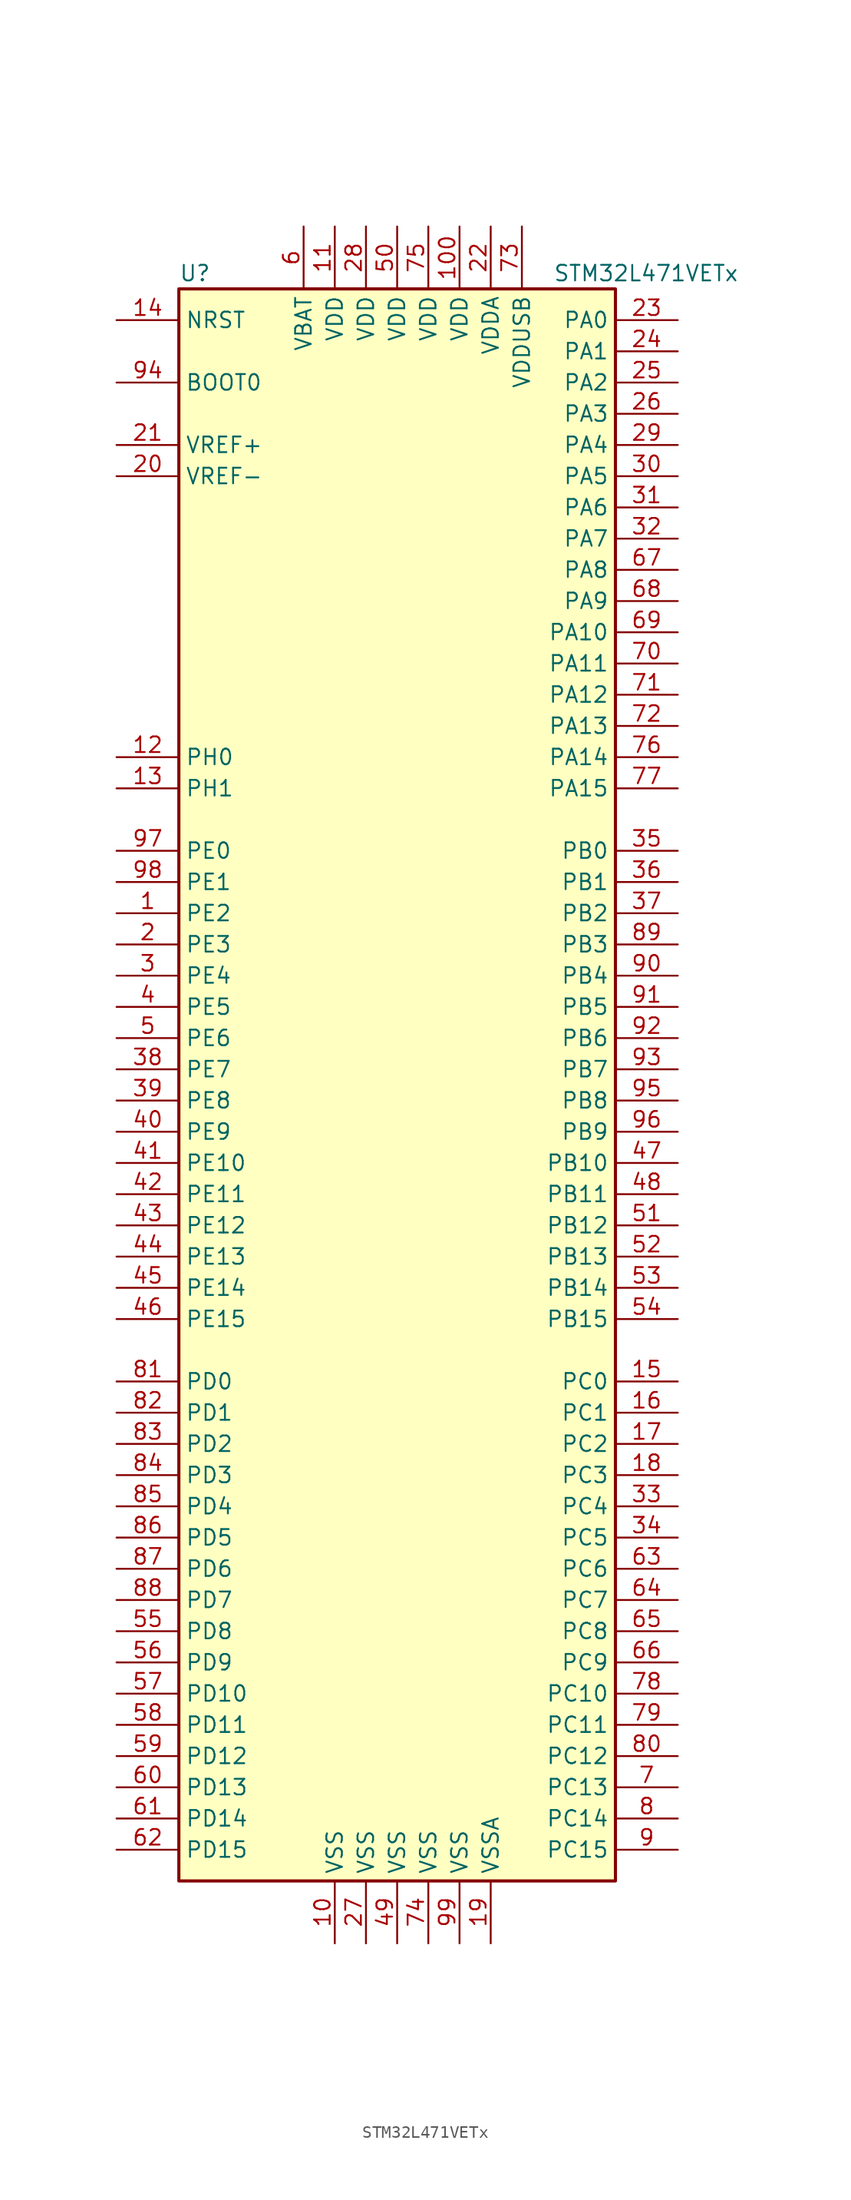
<source format=kicad_sym>
(kicad_symbol_lib
  (version 20211014)
  (generator kicad_symbol_editor)
  (symbol "STM32L471VETx"
    (property "Reference" "U"
      (at -17.78 64.77 0)
      (effects (font (size 1.27 1.27)) (justify left)))
    (property "Value" "STM32L471VETx"
      (at 12.7 64.77 0)
      (effects (font (size 1.27 1.27)) (justify left)))
    (symbol "STM32L471VETx_0_1"
      (rectangle (start -17.78 -66.04) (end 17.78 63.5) (stroke (width 0.254) (type default) (color 0 0 0 0)) (fill (type background))))
    (symbol "STM32L471VETx_1_1"
      (pin bidirectional line (at -22.86 12.7 0) (length 5.08) (name "PE2" (effects (font (size 1.27 1.27)))) (number "1" (effects (font (size 1.27 1.27)))))
      (pin power_in line (at -5.08 -71.12 90) (length 5.08) (name "VSS" (effects (font (size 1.27 1.27)))) (number "10" (effects (font (size 1.27 1.27)))))
      (pin power_in line (at 5.08 68.58 270) (length 5.08) (name "VDD" (effects (font (size 1.27 1.27)))) (number "100" (effects (font (size 1.27 1.27)))))
      (pin power_in line (at -5.08 68.58 270) (length 5.08) (name "VDD" (effects (font (size 1.27 1.27)))) (number "11" (effects (font (size 1.27 1.27)))))
      (pin input line (at -22.86 25.4 0) (length 5.08) (name "PH0" (effects (font (size 1.27 1.27)))) (number "12" (effects (font (size 1.27 1.27)))))
      (pin input line (at -22.86 22.86 0) (length 5.08) (name "PH1" (effects (font (size 1.27 1.27)))) (number "13" (effects (font (size 1.27 1.27)))))
      (pin input line (at -22.86 60.96 0) (length 5.08) (name "NRST" (effects (font (size 1.27 1.27)))) (number "14" (effects (font (size 1.27 1.27)))))
      (pin bidirectional line (at 22.86 -25.4 180) (length 5.08) (name "PC0" (effects (font (size 1.27 1.27)))) (number "15" (effects (font (size 1.27 1.27)))))
      (pin bidirectional line (at 22.86 -27.94 180) (length 5.08) (name "PC1" (effects (font (size 1.27 1.27)))) (number "16" (effects (font (size 1.27 1.27)))))
      (pin bidirectional line (at 22.86 -30.48 180) (length 5.08) (name "PC2" (effects (font (size 1.27 1.27)))) (number "17" (effects (font (size 1.27 1.27)))))
      (pin bidirectional line (at 22.86 -33.02 180) (length 5.08) (name "PC3" (effects (font (size 1.27 1.27)))) (number "18" (effects (font (size 1.27 1.27)))))
      (pin power_in line (at 7.62 -71.12 90) (length 5.08) (name "VSSA" (effects (font (size 1.27 1.27)))) (number "19" (effects (font (size 1.27 1.27)))))
      (pin bidirectional line (at -22.86 10.16 0) (length 5.08) (name "PE3" (effects (font (size 1.27 1.27)))) (number "2" (effects (font (size 1.27 1.27)))))
      (pin power_in line (at -22.86 48.26 0) (length 5.08) (name "VREF-" (effects (font (size 1.27 1.27)))) (number "20" (effects (font (size 1.27 1.27)))))
      (pin bidirectional line (at -22.86 50.8 0) (length 5.08) (name "VREF+" (effects (font (size 1.27 1.27)))) (number "21" (effects (font (size 1.27 1.27)))))
      (pin power_in line (at 7.62 68.58 270) (length 5.08) (name "VDDA" (effects (font (size 1.27 1.27)))) (number "22" (effects (font (size 1.27 1.27)))))
      (pin bidirectional line (at 22.86 60.96 180) (length 5.08) (name "PA0" (effects (font (size 1.27 1.27)))) (number "23" (effects (font (size 1.27 1.27)))))
      (pin bidirectional line (at 22.86 58.42 180) (length 5.08) (name "PA1" (effects (font (size 1.27 1.27)))) (number "24" (effects (font (size 1.27 1.27)))))
      (pin bidirectional line (at 22.86 55.88 180) (length 5.08) (name "PA2" (effects (font (size 1.27 1.27)))) (number "25" (effects (font (size 1.27 1.27)))))
      (pin bidirectional line (at 22.86 53.34 180) (length 5.08) (name "PA3" (effects (font (size 1.27 1.27)))) (number "26" (effects (font (size 1.27 1.27)))))
      (pin power_in line (at -2.54 -71.12 90) (length 5.08) (name "VSS" (effects (font (size 1.27 1.27)))) (number "27" (effects (font (size 1.27 1.27)))))
      (pin power_in line (at -2.54 68.58 270) (length 5.08) (name "VDD" (effects (font (size 1.27 1.27)))) (number "28" (effects (font (size 1.27 1.27)))))
      (pin bidirectional line (at 22.86 50.8 180) (length 5.08) (name "PA4" (effects (font (size 1.27 1.27)))) (number "29" (effects (font (size 1.27 1.27)))))
      (pin bidirectional line (at -22.86 7.62 0) (length 5.08) (name "PE4" (effects (font (size 1.27 1.27)))) (number "3" (effects (font (size 1.27 1.27)))))
      (pin bidirectional line (at 22.86 48.26 180) (length 5.08) (name "PA5" (effects (font (size 1.27 1.27)))) (number "30" (effects (font (size 1.27 1.27)))))
      (pin bidirectional line (at 22.86 45.72 180) (length 5.08) (name "PA6" (effects (font (size 1.27 1.27)))) (number "31" (effects (font (size 1.27 1.27)))))
      (pin bidirectional line (at 22.86 43.18 180) (length 5.08) (name "PA7" (effects (font (size 1.27 1.27)))) (number "32" (effects (font (size 1.27 1.27)))))
      (pin bidirectional line (at 22.86 -35.56 180) (length 5.08) (name "PC4" (effects (font (size 1.27 1.27)))) (number "33" (effects (font (size 1.27 1.27)))))
      (pin bidirectional line (at 22.86 -38.1 180) (length 5.08) (name "PC5" (effects (font (size 1.27 1.27)))) (number "34" (effects (font (size 1.27 1.27)))))
      (pin bidirectional line (at 22.86 17.78 180) (length 5.08) (name "PB0" (effects (font (size 1.27 1.27)))) (number "35" (effects (font (size 1.27 1.27)))))
      (pin bidirectional line (at 22.86 15.24 180) (length 5.08) (name "PB1" (effects (font (size 1.27 1.27)))) (number "36" (effects (font (size 1.27 1.27)))))
      (pin bidirectional line (at 22.86 12.7 180) (length 5.08) (name "PB2" (effects (font (size 1.27 1.27)))) (number "37" (effects (font (size 1.27 1.27)))))
      (pin bidirectional line (at -22.86 0 0) (length 5.08) (name "PE7" (effects (font (size 1.27 1.27)))) (number "38" (effects (font (size 1.27 1.27)))))
      (pin bidirectional line (at -22.86 -2.54 0) (length 5.08) (name "PE8" (effects (font (size 1.27 1.27)))) (number "39" (effects (font (size 1.27 1.27)))))
      (pin bidirectional line (at -22.86 5.08 0) (length 5.08) (name "PE5" (effects (font (size 1.27 1.27)))) (number "4" (effects (font (size 1.27 1.27)))))
      (pin bidirectional line (at -22.86 -5.08 0) (length 5.08) (name "PE9" (effects (font (size 1.27 1.27)))) (number "40" (effects (font (size 1.27 1.27)))))
      (pin bidirectional line (at -22.86 -7.62 0) (length 5.08) (name "PE10" (effects (font (size 1.27 1.27)))) (number "41" (effects (font (size 1.27 1.27)))))
      (pin bidirectional line (at -22.86 -10.16 0) (length 5.08) (name "PE11" (effects (font (size 1.27 1.27)))) (number "42" (effects (font (size 1.27 1.27)))))
      (pin bidirectional line (at -22.86 -12.7 0) (length 5.08) (name "PE12" (effects (font (size 1.27 1.27)))) (number "43" (effects (font (size 1.27 1.27)))))
      (pin bidirectional line (at -22.86 -15.24 0) (length 5.08) (name "PE13" (effects (font (size 1.27 1.27)))) (number "44" (effects (font (size 1.27 1.27)))))
      (pin bidirectional line (at -22.86 -17.78 0) (length 5.08) (name "PE14" (effects (font (size 1.27 1.27)))) (number "45" (effects (font (size 1.27 1.27)))))
      (pin bidirectional line (at -22.86 -20.32 0) (length 5.08) (name "PE15" (effects (font (size 1.27 1.27)))) (number "46" (effects (font (size 1.27 1.27)))))
      (pin bidirectional line (at 22.86 -7.62 180) (length 5.08) (name "PB10" (effects (font (size 1.27 1.27)))) (number "47" (effects (font (size 1.27 1.27)))))
      (pin bidirectional line (at 22.86 -10.16 180) (length 5.08) (name "PB11" (effects (font (size 1.27 1.27)))) (number "48" (effects (font (size 1.27 1.27)))))
      (pin power_in line (at 0 -71.12 90) (length 5.08) (name "VSS" (effects (font (size 1.27 1.27)))) (number "49" (effects (font (size 1.27 1.27)))))
      (pin bidirectional line (at -22.86 2.54 0) (length 5.08) (name "PE6" (effects (font (size 1.27 1.27)))) (number "5" (effects (font (size 1.27 1.27)))))
      (pin power_in line (at 0 68.58 270) (length 5.08) (name "VDD" (effects (font (size 1.27 1.27)))) (number "50" (effects (font (size 1.27 1.27)))))
      (pin bidirectional line (at 22.86 -12.7 180) (length 5.08) (name "PB12" (effects (font (size 1.27 1.27)))) (number "51" (effects (font (size 1.27 1.27)))))
      (pin bidirectional line (at 22.86 -15.24 180) (length 5.08) (name "PB13" (effects (font (size 1.27 1.27)))) (number "52" (effects (font (size 1.27 1.27)))))
      (pin bidirectional line (at 22.86 -17.78 180) (length 5.08) (name "PB14" (effects (font (size 1.27 1.27)))) (number "53" (effects (font (size 1.27 1.27)))))
      (pin bidirectional line (at 22.86 -20.32 180) (length 5.08) (name "PB15" (effects (font (size 1.27 1.27)))) (number "54" (effects (font (size 1.27 1.27)))))
      (pin bidirectional line (at -22.86 -45.72 0) (length 5.08) (name "PD8" (effects (font (size 1.27 1.27)))) (number "55" (effects (font (size 1.27 1.27)))))
      (pin bidirectional line (at -22.86 -48.26 0) (length 5.08) (name "PD9" (effects (font (size 1.27 1.27)))) (number "56" (effects (font (size 1.27 1.27)))))
      (pin bidirectional line (at -22.86 -50.8 0) (length 5.08) (name "PD10" (effects (font (size 1.27 1.27)))) (number "57" (effects (font (size 1.27 1.27)))))
      (pin bidirectional line (at -22.86 -53.34 0) (length 5.08) (name "PD11" (effects (font (size 1.27 1.27)))) (number "58" (effects (font (size 1.27 1.27)))))
      (pin bidirectional line (at -22.86 -55.88 0) (length 5.08) (name "PD12" (effects (font (size 1.27 1.27)))) (number "59" (effects (font (size 1.27 1.27)))))
      (pin power_in line (at -7.62 68.58 270) (length 5.08) (name "VBAT" (effects (font (size 1.27 1.27)))) (number "6" (effects (font (size 1.27 1.27)))))
      (pin bidirectional line (at -22.86 -58.42 0) (length 5.08) (name "PD13" (effects (font (size 1.27 1.27)))) (number "60" (effects (font (size 1.27 1.27)))))
      (pin bidirectional line (at -22.86 -60.96 0) (length 5.08) (name "PD14" (effects (font (size 1.27 1.27)))) (number "61" (effects (font (size 1.27 1.27)))))
      (pin bidirectional line (at -22.86 -63.5 0) (length 5.08) (name "PD15" (effects (font (size 1.27 1.27)))) (number "62" (effects (font (size 1.27 1.27)))))
      (pin bidirectional line (at 22.86 -40.64 180) (length 5.08) (name "PC6" (effects (font (size 1.27 1.27)))) (number "63" (effects (font (size 1.27 1.27)))))
      (pin bidirectional line (at 22.86 -43.18 180) (length 5.08) (name "PC7" (effects (font (size 1.27 1.27)))) (number "64" (effects (font (size 1.27 1.27)))))
      (pin bidirectional line (at 22.86 -45.72 180) (length 5.08) (name "PC8" (effects (font (size 1.27 1.27)))) (number "65" (effects (font (size 1.27 1.27)))))
      (pin bidirectional line (at 22.86 -48.26 180) (length 5.08) (name "PC9" (effects (font (size 1.27 1.27)))) (number "66" (effects (font (size 1.27 1.27)))))
      (pin bidirectional line (at 22.86 40.64 180) (length 5.08) (name "PA8" (effects (font (size 1.27 1.27)))) (number "67" (effects (font (size 1.27 1.27)))))
      (pin bidirectional line (at 22.86 38.1 180) (length 5.08) (name "PA9" (effects (font (size 1.27 1.27)))) (number "68" (effects (font (size 1.27 1.27)))))
      (pin bidirectional line (at 22.86 35.56 180) (length 5.08) (name "PA10" (effects (font (size 1.27 1.27)))) (number "69" (effects (font (size 1.27 1.27)))))
      (pin bidirectional line (at 22.86 -58.42 180) (length 5.08) (name "PC13" (effects (font (size 1.27 1.27)))) (number "7" (effects (font (size 1.27 1.27)))))
      (pin bidirectional line (at 22.86 33.02 180) (length 5.08) (name "PA11" (effects (font (size 1.27 1.27)))) (number "70" (effects (font (size 1.27 1.27)))))
      (pin bidirectional line (at 22.86 30.48 180) (length 5.08) (name "PA12" (effects (font (size 1.27 1.27)))) (number "71" (effects (font (size 1.27 1.27)))))
      (pin bidirectional line (at 22.86 27.94 180) (length 5.08) (name "PA13" (effects (font (size 1.27 1.27)))) (number "72" (effects (font (size 1.27 1.27)))))
      (pin power_in line (at 10.16 68.58 270) (length 5.08) (name "VDDUSB" (effects (font (size 1.27 1.27)))) (number "73" (effects (font (size 1.27 1.27)))))
      (pin power_in line (at 2.54 -71.12 90) (length 5.08) (name "VSS" (effects (font (size 1.27 1.27)))) (number "74" (effects (font (size 1.27 1.27)))))
      (pin power_in line (at 2.54 68.58 270) (length 5.08) (name "VDD" (effects (font (size 1.27 1.27)))) (number "75" (effects (font (size 1.27 1.27)))))
      (pin bidirectional line (at 22.86 25.4 180) (length 5.08) (name "PA14" (effects (font (size 1.27 1.27)))) (number "76" (effects (font (size 1.27 1.27)))))
      (pin bidirectional line (at 22.86 22.86 180) (length 5.08) (name "PA15" (effects (font (size 1.27 1.27)))) (number "77" (effects (font (size 1.27 1.27)))))
      (pin bidirectional line (at 22.86 -50.8 180) (length 5.08) (name "PC10" (effects (font (size 1.27 1.27)))) (number "78" (effects (font (size 1.27 1.27)))))
      (pin bidirectional line (at 22.86 -53.34 180) (length 5.08) (name "PC11" (effects (font (size 1.27 1.27)))) (number "79" (effects (font (size 1.27 1.27)))))
      (pin bidirectional line (at 22.86 -60.96 180) (length 5.08) (name "PC14" (effects (font (size 1.27 1.27)))) (number "8" (effects (font (size 1.27 1.27)))))
      (pin bidirectional line (at 22.86 -55.88 180) (length 5.08) (name "PC12" (effects (font (size 1.27 1.27)))) (number "80" (effects (font (size 1.27 1.27)))))
      (pin bidirectional line (at -22.86 -25.4 0) (length 5.08) (name "PD0" (effects (font (size 1.27 1.27)))) (number "81" (effects (font (size 1.27 1.27)))))
      (pin bidirectional line (at -22.86 -27.94 0) (length 5.08) (name "PD1" (effects (font (size 1.27 1.27)))) (number "82" (effects (font (size 1.27 1.27)))))
      (pin bidirectional line (at -22.86 -30.48 0) (length 5.08) (name "PD2" (effects (font (size 1.27 1.27)))) (number "83" (effects (font (size 1.27 1.27)))))
      (pin bidirectional line (at -22.86 -33.02 0) (length 5.08) (name "PD3" (effects (font (size 1.27 1.27)))) (number "84" (effects (font (size 1.27 1.27)))))
      (pin bidirectional line (at -22.86 -35.56 0) (length 5.08) (name "PD4" (effects (font (size 1.27 1.27)))) (number "85" (effects (font (size 1.27 1.27)))))
      (pin bidirectional line (at -22.86 -38.1 0) (length 5.08) (name "PD5" (effects (font (size 1.27 1.27)))) (number "86" (effects (font (size 1.27 1.27)))))
      (pin bidirectional line (at -22.86 -40.64 0) (length 5.08) (name "PD6" (effects (font (size 1.27 1.27)))) (number "87" (effects (font (size 1.27 1.27)))))
      (pin bidirectional line (at -22.86 -43.18 0) (length 5.08) (name "PD7" (effects (font (size 1.27 1.27)))) (number "88" (effects (font (size 1.27 1.27)))))
      (pin bidirectional line (at 22.86 10.16 180) (length 5.08) (name "PB3" (effects (font (size 1.27 1.27)))) (number "89" (effects (font (size 1.27 1.27)))))
      (pin bidirectional line (at 22.86 -63.5 180) (length 5.08) (name "PC15" (effects (font (size 1.27 1.27)))) (number "9" (effects (font (size 1.27 1.27)))))
      (pin bidirectional line (at 22.86 7.62 180) (length 5.08) (name "PB4" (effects (font (size 1.27 1.27)))) (number "90" (effects (font (size 1.27 1.27)))))
      (pin bidirectional line (at 22.86 5.08 180) (length 5.08) (name "PB5" (effects (font (size 1.27 1.27)))) (number "91" (effects (font (size 1.27 1.27)))))
      (pin bidirectional line (at 22.86 2.54 180) (length 5.08) (name "PB6" (effects (font (size 1.27 1.27)))) (number "92" (effects (font (size 1.27 1.27)))))
      (pin bidirectional line (at 22.86 0 180) (length 5.08) (name "PB7" (effects (font (size 1.27 1.27)))) (number "93" (effects (font (size 1.27 1.27)))))
      (pin input line (at -22.86 55.88 0) (length 5.08) (name "BOOT0" (effects (font (size 1.27 1.27)))) (number "94" (effects (font (size 1.27 1.27)))))
      (pin bidirectional line (at 22.86 -2.54 180) (length 5.08) (name "PB8" (effects (font (size 1.27 1.27)))) (number "95" (effects (font (size 1.27 1.27)))))
      (pin bidirectional line (at 22.86 -5.08 180) (length 5.08) (name "PB9" (effects (font (size 1.27 1.27)))) (number "96" (effects (font (size 1.27 1.27)))))
      (pin bidirectional line (at -22.86 17.78 0) (length 5.08) (name "PE0" (effects (font (size 1.27 1.27)))) (number "97" (effects (font (size 1.27 1.27)))))
      (pin bidirectional line (at -22.86 15.24 0) (length 5.08) (name "PE1" (effects (font (size 1.27 1.27)))) (number "98" (effects (font (size 1.27 1.27)))))
      (pin power_in line (at 5.08 -71.12 90) (length 5.08) (name "VSS" (effects (font (size 1.27 1.27)))) (number "99" (effects (font (size 1.27 1.27))))))))
</source>
